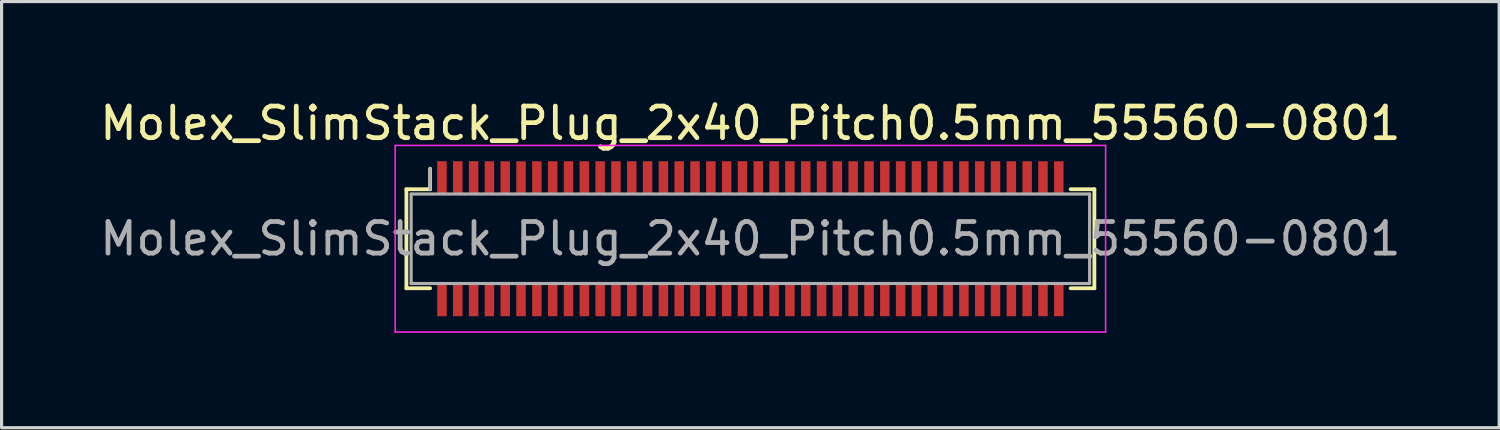
<source format=kicad_pcb>
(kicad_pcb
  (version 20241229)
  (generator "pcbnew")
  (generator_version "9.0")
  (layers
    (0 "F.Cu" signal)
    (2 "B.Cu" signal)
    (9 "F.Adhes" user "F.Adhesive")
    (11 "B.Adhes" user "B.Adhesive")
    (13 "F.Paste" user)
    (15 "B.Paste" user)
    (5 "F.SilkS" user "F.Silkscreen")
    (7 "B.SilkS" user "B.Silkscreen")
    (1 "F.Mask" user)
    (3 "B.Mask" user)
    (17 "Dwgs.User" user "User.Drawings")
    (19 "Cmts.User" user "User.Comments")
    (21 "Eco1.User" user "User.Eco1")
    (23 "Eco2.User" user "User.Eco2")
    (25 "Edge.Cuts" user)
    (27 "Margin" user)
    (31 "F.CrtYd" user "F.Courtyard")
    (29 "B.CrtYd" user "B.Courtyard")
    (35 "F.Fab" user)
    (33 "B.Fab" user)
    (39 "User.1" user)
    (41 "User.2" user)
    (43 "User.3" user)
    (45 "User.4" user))
  (footprint "Molex_SlimStack_Plug_2x40_Pitch0.5mm_55560-0801"
    (layer "F.Cu")
    (at 20.673 4.498)
    (property "Reference" "Molex_SlimStack_Plug_2x40_Pitch0.5mm_55560-0801" (at 0 -3.65 0) (layer "F.SilkS") (effects (font (size 1 1) (thickness 0.15))))
    (attr smd)
    (fp_line (start -10.875 -1.565) (end -10.125 -1.565) (stroke (width 0.12) (type solid)) (layer "F.SilkS"))
    (fp_line (start -10.875 1.565) (end -10.875 -1.565) (stroke (width 0.12) (type solid)) (layer "F.SilkS"))
    (fp_line (start -10.125 -1.565) (end -10.125 -2.215) (stroke (width 0.12) (type solid)) (layer "F.SilkS"))
    (fp_line (start -10.125 1.565) (end -10.875 1.565) (stroke (width 0.12) (type solid)) (layer "F.SilkS"))
    (fp_line (start 10.125 1.565) (end 10.875 1.565) (stroke (width 0.12) (type solid)) (layer "F.SilkS"))
    (fp_line (start 10.875 -1.565) (end 10.125 -1.565) (stroke (width 0.12) (type solid)) (layer "F.SilkS"))
    (fp_line (start 10.875 1.565) (end 10.875 -1.565) (stroke (width 0.12) (type solid)) (layer "F.SilkS"))
    (fp_line (start -11.23 -2.95) (end -11.23 2.95) (stroke (width 0.05) (type solid)) (layer "F.CrtYd"))
    (fp_line (start -11.23 2.95) (end 11.23 2.95) (stroke (width 0.05) (type solid)) (layer "F.CrtYd"))
    (fp_line (start 11.23 -2.95) (end -11.23 -2.95) (stroke (width 0.05) (type solid)) (layer "F.CrtYd"))
    (fp_line (start 11.23 2.95) (end 11.23 -2.95) (stroke (width 0.05) (type solid)) (layer "F.CrtYd"))
    (fp_line (start -10.725 -1.415) (end -10.725 1.415) (stroke (width 0.1) (type solid)) (layer "F.Fab"))
    (fp_line (start -10.725 1.415) (end 10.725 1.415) (stroke (width 0.1) (type solid)) (layer "F.Fab"))
    (fp_line (start -10.125 -1.565) (end -10.125 -2.215) (stroke (width 0.1) (type solid)) (layer "F.Fab"))
    (fp_line (start 10.725 -1.415) (end -10.725 -1.415) (stroke (width 0.1) (type solid)) (layer "F.Fab"))
    (fp_line (start 10.725 1.415) (end 10.725 -1.415) (stroke (width 0.1) (type solid)) (layer "F.Fab"))
    (fp_text user "${REFERENCE}" (at 0 0 0) (layer "F.Fab") (effects (font (size 1 1) (thickness 0.15))))
    (pad "1" smd rect (at -9.75 -1.95) (size 0.3 1) (layers "F.Cu" "F.Mask" "F.Paste"))
    (pad "2" smd rect (at -9.75 1.95) (size 0.3 1) (layers "F.Cu" "F.Mask" "F.Paste"))
    (pad "3" smd rect (at -9.25 -1.95) (size 0.3 1) (layers "F.Cu" "F.Mask" "F.Paste"))
    (pad "4" smd rect (at -9.25 1.95) (size 0.3 1) (layers "F.Cu" "F.Mask" "F.Paste"))
    (pad "5" smd rect (at -8.75 -1.95) (size 0.3 1) (layers "F.Cu" "F.Mask" "F.Paste"))
    (pad "6" smd rect (at -8.75 1.95) (size 0.3 1) (layers "F.Cu" "F.Mask" "F.Paste"))
    (pad "7" smd rect (at -8.25 -1.95) (size 0.3 1) (layers "F.Cu" "F.Mask" "F.Paste"))
    (pad "8" smd rect (at -8.25 1.95) (size 0.3 1) (layers "F.Cu" "F.Mask" "F.Paste"))
    (pad "9" smd rect (at -7.75 -1.95) (size 0.3 1) (layers "F.Cu" "F.Mask" "F.Paste"))
    (pad "10" smd rect (at -7.75 1.95) (size 0.3 1) (layers "F.Cu" "F.Mask" "F.Paste"))
    (pad "11" smd rect (at -7.25 -1.95) (size 0.3 1) (layers "F.Cu" "F.Mask" "F.Paste"))
    (pad "12" smd rect (at -7.25 1.95) (size 0.3 1) (layers "F.Cu" "F.Mask" "F.Paste"))
    (pad "13" smd rect (at -6.75 -1.95) (size 0.3 1) (layers "F.Cu" "F.Mask" "F.Paste"))
    (pad "14" smd rect (at -6.75 1.95) (size 0.3 1) (layers "F.Cu" "F.Mask" "F.Paste"))
    (pad "15" smd rect (at -6.25 -1.95) (size 0.3 1) (layers "F.Cu" "F.Mask" "F.Paste"))
    (pad "16" smd rect (at -6.25 1.95) (size 0.3 1) (layers "F.Cu" "F.Mask" "F.Paste"))
    (pad "17" smd rect (at -5.75 -1.95) (size 0.3 1) (layers "F.Cu" "F.Mask" "F.Paste"))
    (pad "18" smd rect (at -5.75 1.95) (size 0.3 1) (layers "F.Cu" "F.Mask" "F.Paste"))
    (pad "19" smd rect (at -5.25 -1.95) (size 0.3 1) (layers "F.Cu" "F.Mask" "F.Paste"))
    (pad "20" smd rect (at -5.25 1.95) (size 0.3 1) (layers "F.Cu" "F.Mask" "F.Paste"))
    (pad "21" smd rect (at -4.75 -1.95) (size 0.3 1) (layers "F.Cu" "F.Mask" "F.Paste"))
    (pad "22" smd rect (at -4.75 1.95) (size 0.3 1) (layers "F.Cu" "F.Mask" "F.Paste"))
    (pad "23" smd rect (at -4.25 -1.95) (size 0.3 1) (layers "F.Cu" "F.Mask" "F.Paste"))
    (pad "24" smd rect (at -4.25 1.95) (size 0.3 1) (layers "F.Cu" "F.Mask" "F.Paste"))
    (pad "25" smd rect (at -3.75 -1.95) (size 0.3 1) (layers "F.Cu" "F.Mask" "F.Paste"))
    (pad "26" smd rect (at -3.75 1.95) (size 0.3 1) (layers "F.Cu" "F.Mask" "F.Paste"))
    (pad "27" smd rect (at -3.25 -1.95) (size 0.3 1) (layers "F.Cu" "F.Mask" "F.Paste"))
    (pad "28" smd rect (at -3.25 1.95) (size 0.3 1) (layers "F.Cu" "F.Mask" "F.Paste"))
    (pad "29" smd rect (at -2.75 -1.95) (size 0.3 1) (layers "F.Cu" "F.Mask" "F.Paste"))
    (pad "30" smd rect (at -2.75 1.95) (size 0.3 1) (layers "F.Cu" "F.Mask" "F.Paste"))
    (pad "31" smd rect (at -2.25 -1.95) (size 0.3 1) (layers "F.Cu" "F.Mask" "F.Paste"))
    (pad "32" smd rect (at -2.25 1.95) (size 0.3 1) (layers "F.Cu" "F.Mask" "F.Paste"))
    (pad "33" smd rect (at -1.75 -1.95) (size 0.3 1) (layers "F.Cu" "F.Mask" "F.Paste"))
    (pad "34" smd rect (at -1.75 1.95) (size 0.3 1) (layers "F.Cu" "F.Mask" "F.Paste"))
    (pad "35" smd rect (at -1.25 -1.95) (size 0.3 1) (layers "F.Cu" "F.Mask" "F.Paste"))
    (pad "36" smd rect (at -1.25 1.95) (size 0.3 1) (layers "F.Cu" "F.Mask" "F.Paste"))
    (pad "37" smd rect (at -0.75 -1.95) (size 0.3 1) (layers "F.Cu" "F.Mask" "F.Paste"))
    (pad "38" smd rect (at -0.75 1.95) (size 0.3 1) (layers "F.Cu" "F.Mask" "F.Paste"))
    (pad "39" smd rect (at -0.25 -1.95) (size 0.3 1) (layers "F.Cu" "F.Mask" "F.Paste"))
    (pad "40" smd rect (at -0.25 1.95) (size 0.3 1) (layers "F.Cu" "F.Mask" "F.Paste"))
    (pad "41" smd rect (at 0.25 -1.95) (size 0.3 1) (layers "F.Cu" "F.Mask" "F.Paste"))
    (pad "42" smd rect (at 0.25 1.95) (size 0.3 1) (layers "F.Cu" "F.Mask" "F.Paste"))
    (pad "43" smd rect (at 0.75 -1.95) (size 0.3 1) (layers "F.Cu" "F.Mask" "F.Paste"))
    (pad "44" smd rect (at 0.75 1.95) (size 0.3 1) (layers "F.Cu" "F.Mask" "F.Paste"))
    (pad "45" smd rect (at 1.25 -1.95) (size 0.3 1) (layers "F.Cu" "F.Mask" "F.Paste"))
    (pad "46" smd rect (at 1.25 1.95) (size 0.3 1) (layers "F.Cu" "F.Mask" "F.Paste"))
    (pad "47" smd rect (at 1.75 -1.95) (size 0.3 1) (layers "F.Cu" "F.Mask" "F.Paste"))
    (pad "48" smd rect (at 1.75 1.95) (size 0.3 1) (layers "F.Cu" "F.Mask" "F.Paste"))
    (pad "49" smd rect (at 2.25 -1.95) (size 0.3 1) (layers "F.Cu" "F.Mask" "F.Paste"))
    (pad "50" smd rect (at 2.25 1.95) (size 0.3 1) (layers "F.Cu" "F.Mask" "F.Paste"))
    (pad "51" smd rect (at 2.75 -1.95) (size 0.3 1) (layers "F.Cu" "F.Mask" "F.Paste"))
    (pad "52" smd rect (at 2.75 1.95) (size 0.3 1) (layers "F.Cu" "F.Mask" "F.Paste"))
    (pad "53" smd rect (at 3.25 -1.95) (size 0.3 1) (layers "F.Cu" "F.Mask" "F.Paste"))
    (pad "54" smd rect (at 3.25 1.95) (size 0.3 1) (layers "F.Cu" "F.Mask" "F.Paste"))
    (pad "55" smd rect (at 3.75 -1.95) (size 0.3 1) (layers "F.Cu" "F.Mask" "F.Paste"))
    (pad "56" smd rect (at 3.75 1.95) (size 0.3 1) (layers "F.Cu" "F.Mask" "F.Paste"))
    (pad "57" smd rect (at 4.25 -1.95) (size 0.3 1) (layers "F.Cu" "F.Mask" "F.Paste"))
    (pad "58" smd rect (at 4.25 1.95) (size 0.3 1) (layers "F.Cu" "F.Mask" "F.Paste"))
    (pad "59" smd rect (at 4.75 -1.95) (size 0.3 1) (layers "F.Cu" "F.Mask" "F.Paste"))
    (pad "60" smd rect (at 4.75 1.95) (size 0.3 1) (layers "F.Cu" "F.Mask" "F.Paste"))
    (pad "61" smd rect (at 5.25 -1.95) (size 0.3 1) (layers "F.Cu" "F.Mask" "F.Paste"))
    (pad "62" smd rect (at 5.25 1.95) (size 0.3 1) (layers "F.Cu" "F.Mask" "F.Paste"))
    (pad "63" smd rect (at 5.75 -1.95) (size 0.3 1) (layers "F.Cu" "F.Mask" "F.Paste"))
    (pad "64" smd rect (at 5.75 1.95) (size 0.3 1) (layers "F.Cu" "F.Mask" "F.Paste"))
    (pad "65" smd rect (at 6.25 -1.95) (size 0.3 1) (layers "F.Cu" "F.Mask" "F.Paste"))
    (pad "66" smd rect (at 6.25 1.95) (size 0.3 1) (layers "F.Cu" "F.Mask" "F.Paste"))
    (pad "67" smd rect (at 6.75 -1.95) (size 0.3 1) (layers "F.Cu" "F.Mask" "F.Paste"))
    (pad "68" smd rect (at 6.75 1.95) (size 0.3 1) (layers "F.Cu" "F.Mask" "F.Paste"))
    (pad "69" smd rect (at 7.25 -1.95) (size 0.3 1) (layers "F.Cu" "F.Mask" "F.Paste"))
    (pad "70" smd rect (at 7.25 1.95) (size 0.3 1) (layers "F.Cu" "F.Mask" "F.Paste"))
    (pad "71" smd rect (at 7.75 -1.95) (size 0.3 1) (layers "F.Cu" "F.Mask" "F.Paste"))
    (pad "72" smd rect (at 7.75 1.95) (size 0.3 1) (layers "F.Cu" "F.Mask" "F.Paste"))
    (pad "73" smd rect (at 8.25 -1.95) (size 0.3 1) (layers "F.Cu" "F.Mask" "F.Paste"))
    (pad "74" smd rect (at 8.25 1.95) (size 0.3 1) (layers "F.Cu" "F.Mask" "F.Paste"))
    (pad "75" smd rect (at 8.75 -1.95) (size 0.3 1) (layers "F.Cu" "F.Mask" "F.Paste"))
    (pad "76" smd rect (at 8.75 1.95) (size 0.3 1) (layers "F.Cu" "F.Mask" "F.Paste"))
    (pad "77" smd rect (at 9.25 -1.95) (size 0.3 1) (layers "F.Cu" "F.Mask" "F.Paste"))
    (pad "78" smd rect (at 9.25 1.95) (size 0.3 1) (layers "F.Cu" "F.Mask" "F.Paste"))
    (pad "79" smd rect (at 9.75 -1.95) (size 0.3 1) (layers "F.Cu" "F.Mask" "F.Paste"))
    (pad "80" smd rect (at 9.75 1.95) (size 0.3 1) (layers "F.Cu" "F.Mask" "F.Paste")))
  (gr_rect
    (start -3 -3)
    (end 44.345 10.473)
    (stroke (width 0.1) (type default))
    (fill no)
    (layer "Edge.Cuts")))
</source>
